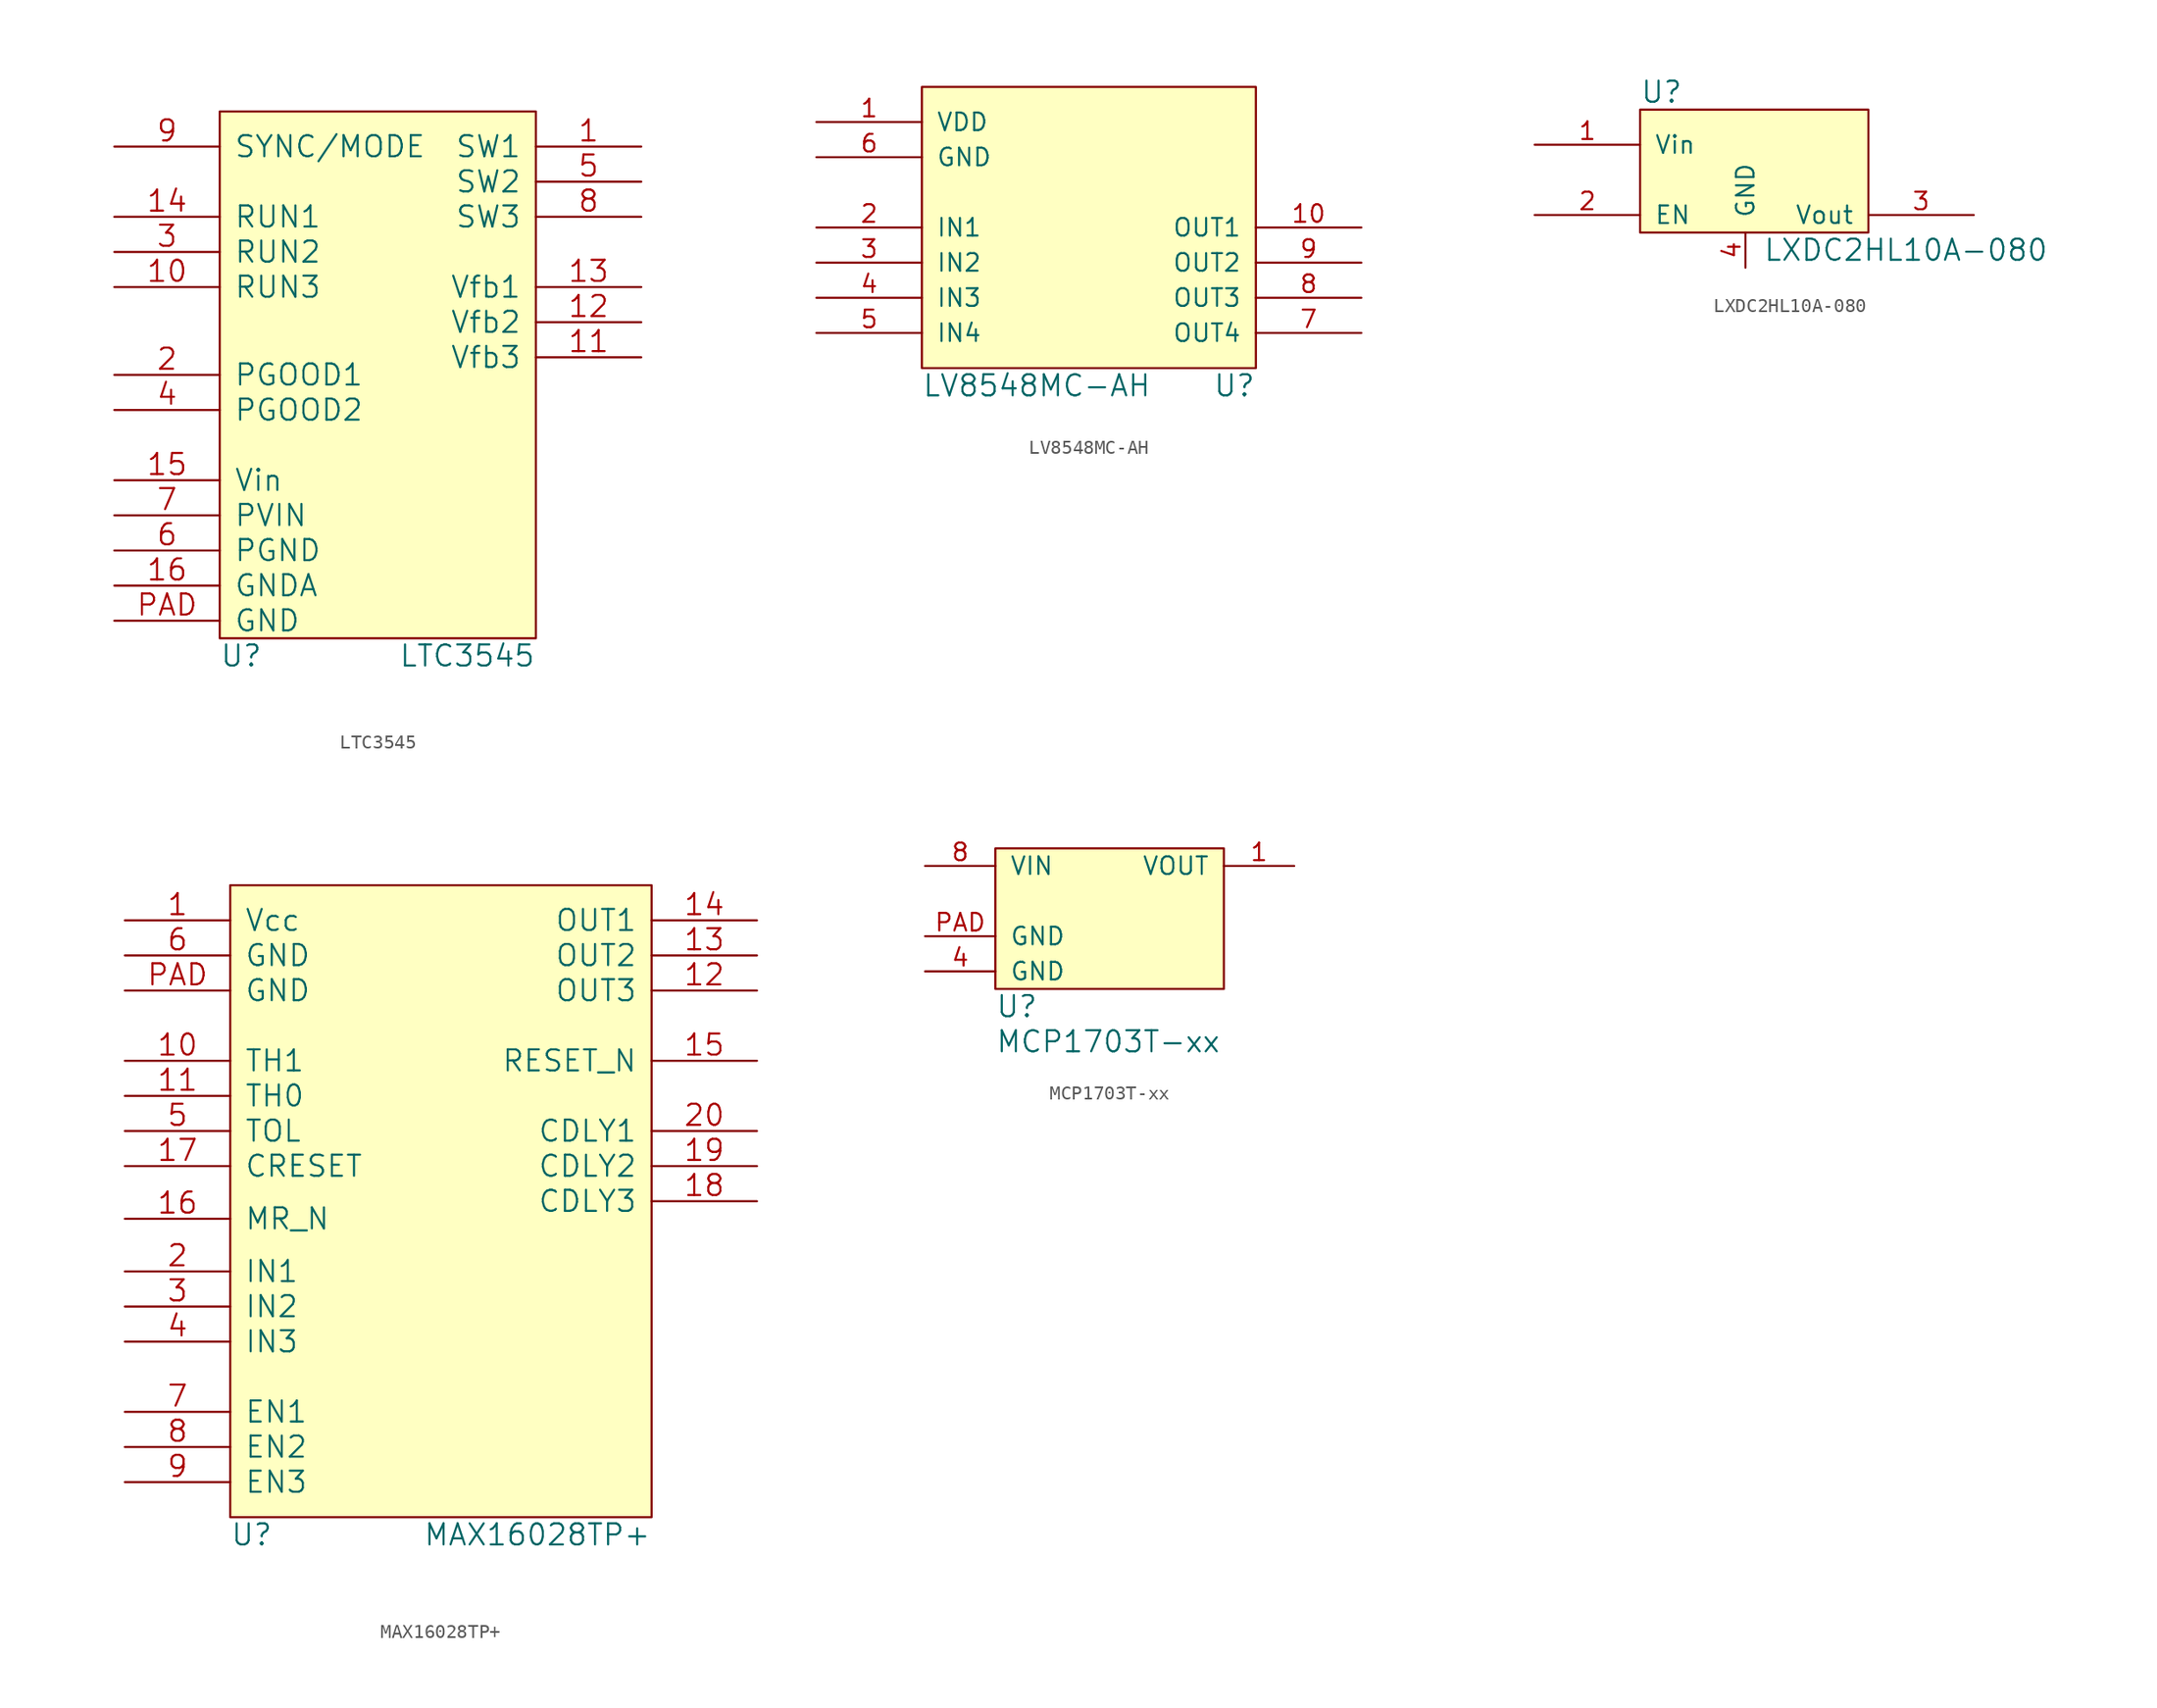
<source format=kicad_sym>
(kicad_symbol_lib
  (version 20231120)
  (generator "kicad_symbol_editor")
  (generator_version "8.0")
  (symbol "LTC3545"
    (pin_names
      (offset 1.016))
    (property "Reference" "U"
      (at -12.7 -2.54 0)
      (effects (font (size 1.524 1.524)) (justify left)))
    (property "Value" "LTC3545"
      (at 10.16 -2.54 0)
      (effects (font (size 1.524 1.524)) (justify right)))
    (property "Footprint" ""
      (at 0 0 0)
      (effects (font (size 1.524 1.524))))
    (property "Datasheet" ""
      (at 0 0 0)
      (effects (font (size 1.524 1.524))))
    (symbol "LTC3545_0_1"
      (rectangle (start -12.7 36.83) (end 10.16 -1.27) (stroke (width 0) (type default)) (fill (type background))))
    (symbol "LTC3545_1_1"
      (pin power_out line (at 17.78 34.29 180) (length 7.62) (name "SW1" (effects (font (size 1.524 1.524)))) (number "1" (effects (font (size 1.524 1.524)))))
      (pin input line (at -20.32 24.13 0) (length 7.62) (name "RUN3" (effects (font (size 1.524 1.524)))) (number "10" (effects (font (size 1.524 1.524)))))
      (pin input line (at 17.78 19.05 180) (length 7.62) (name "Vfb3" (effects (font (size 1.524 1.524)))) (number "11" (effects (font (size 1.524 1.524)))))
      (pin input line (at 17.78 21.59 180) (length 7.62) (name "Vfb2" (effects (font (size 1.524 1.524)))) (number "12" (effects (font (size 1.524 1.524)))))
      (pin input line (at 17.78 24.13 180) (length 7.62) (name "Vfb1" (effects (font (size 1.524 1.524)))) (number "13" (effects (font (size 1.524 1.524)))))
      (pin input line (at -20.32 29.21 0) (length 7.62) (name "RUN1" (effects (font (size 1.524 1.524)))) (number "14" (effects (font (size 1.524 1.524)))))
      (pin power_in line (at -20.32 10.16 0) (length 7.62) (name "Vin" (effects (font (size 1.524 1.524)))) (number "15" (effects (font (size 1.524 1.524)))))
      (pin power_in line (at -20.32 2.54 0) (length 7.62) (name "GNDA" (effects (font (size 1.524 1.524)))) (number "16" (effects (font (size 1.524 1.524)))))
      (pin open_collector line (at -20.32 17.78 0) (length 7.62) (name "PGOOD1" (effects (font (size 1.524 1.524)))) (number "2" (effects (font (size 1.524 1.524)))))
      (pin input line (at -20.32 26.67 0) (length 7.62) (name "RUN2" (effects (font (size 1.524 1.524)))) (number "3" (effects (font (size 1.524 1.524)))))
      (pin open_collector line (at -20.32 15.24 0) (length 7.62) (name "PGOOD2" (effects (font (size 1.524 1.524)))) (number "4" (effects (font (size 1.524 1.524)))))
      (pin power_out line (at 17.78 31.75 180) (length 7.62) (name "SW2" (effects (font (size 1.524 1.524)))) (number "5" (effects (font (size 1.524 1.524)))))
      (pin power_in line (at -20.32 5.08 0) (length 7.62) (name "PGND" (effects (font (size 1.524 1.524)))) (number "6" (effects (font (size 1.524 1.524)))))
      (pin power_in line (at -20.32 7.62 0) (length 7.62) (name "PVIN" (effects (font (size 1.524 1.524)))) (number "7" (effects (font (size 1.524 1.524)))))
      (pin power_out line (at 17.78 29.21 180) (length 7.62) (name "SW3" (effects (font (size 1.524 1.524)))) (number "8" (effects (font (size 1.524 1.524)))))
      (pin input line (at -20.32 34.29 0) (length 7.62) (name "SYNC/MODE" (effects (font (size 1.524 1.524)))) (number "9" (effects (font (size 1.524 1.524)))))
      (pin power_in line (at -20.32 0 0) (length 7.62) (name "GND" (effects (font (size 1.524 1.524)))) (number "PAD" (effects (font (size 1.524 1.524)))))))
  (symbol "LV8548MC-AH"
    (pin_names
      (offset 1.016))
    (property "Reference" "U"
      (at 11.43 -1.27 0)
      (effects (font (size 1.524 1.524)) (justify right)))
    (property "Value" "LV8548MC-AH"
      (at -12.7 -1.27 0)
      (effects (font (size 1.524 1.524)) (justify left)))
    (property "Footprint" ""
      (at 0 0 0)
      (effects (font (size 1.524 1.524))))
    (property "Datasheet" ""
      (at 0 0 0)
      (effects (font (size 1.524 1.524))))
    (symbol "LV8548MC-AH_0_1"
      (rectangle (start -12.7 20.32) (end 11.43 0) (stroke (width 0) (type default)) (fill (type background))))
    (symbol "LV8548MC-AH_1_1"
      (pin power_in line (at -20.32 17.78 0) (length 7.62) (name "VDD" (effects (font (size 1.27 1.27)))) (number "1" (effects (font (size 1.27 1.27)))))
      (pin output line (at 19.05 10.16 180) (length 7.62) (name "OUT1" (effects (font (size 1.27 1.27)))) (number "10" (effects (font (size 1.27 1.27)))))
      (pin input line (at -20.32 10.16 0) (length 7.62) (name "IN1" (effects (font (size 1.27 1.27)))) (number "2" (effects (font (size 1.27 1.27)))))
      (pin input line (at -20.32 7.62 0) (length 7.62) (name "IN2" (effects (font (size 1.27 1.27)))) (number "3" (effects (font (size 1.27 1.27)))))
      (pin input line (at -20.32 5.08 0) (length 7.62) (name "IN3" (effects (font (size 1.27 1.27)))) (number "4" (effects (font (size 1.27 1.27)))))
      (pin input line (at -20.32 2.54 0) (length 7.62) (name "IN4" (effects (font (size 1.27 1.27)))) (number "5" (effects (font (size 1.27 1.27)))))
      (pin power_in line (at -20.32 15.24 0) (length 7.62) (name "GND" (effects (font (size 1.27 1.27)))) (number "6" (effects (font (size 1.27 1.27)))))
      (pin output line (at 19.05 2.54 180) (length 7.62) (name "OUT4" (effects (font (size 1.27 1.27)))) (number "7" (effects (font (size 1.27 1.27)))))
      (pin output line (at 19.05 5.08 180) (length 7.62) (name "OUT3" (effects (font (size 1.27 1.27)))) (number "8" (effects (font (size 1.27 1.27)))))
      (pin output line (at 19.05 7.62 180) (length 7.62) (name "OUT2" (effects (font (size 1.27 1.27)))) (number "9" (effects (font (size 1.27 1.27)))))))
  (symbol "LXDC2HL10A-080"
    (pin_names
      (offset 1.016))
    (property "Reference" "U"
      (at -7.62 8.89 0)
      (effects (font (size 1.524 1.524)) (justify left)))
    (property "Value" "LXDC2HL10A-080"
      (at 1.27 -2.54 0)
      (effects (font (size 1.524 1.524)) (justify left)))
    (property "Footprint" ""
      (at 0 0 0)
      (effects (font (size 1.524 1.524))))
    (property "Datasheet" ""
      (at 0 0 0)
      (effects (font (size 1.524 1.524))))
    (symbol "LXDC2HL10A-080_0_1"
      (rectangle (start -7.62 7.62) (end 8.89 -1.27) (stroke (width 0) (type default)) (fill (type background))))
    (symbol "LXDC2HL10A-080_1_1"
      (pin power_in line (at -15.24 5.08 0) (length 7.62) (name "Vin" (effects (font (size 1.27 1.27)))) (number "1" (effects (font (size 1.27 1.27)))))
      (pin input line (at -15.24 0 0) (length 7.62) (name "EN" (effects (font (size 1.27 1.27)))) (number "2" (effects (font (size 1.27 1.27)))))
      (pin power_out line (at 16.51 0 180) (length 7.62) (name "Vout" (effects (font (size 1.27 1.27)))) (number "3" (effects (font (size 1.27 1.27)))))
      (pin power_in line (at 0 -3.81 90) (length 2.54) (name "GND" (effects (font (size 1.27 1.27)))) (number "4" (effects (font (size 1.27 1.27)))))))
  (symbol "MAX16028TP+"
    (pin_names
      (offset 1.016))
    (property "Reference" "U"
      (at -11.43 -1.27 0)
      (effects (font (size 1.524 1.524)) (justify left)))
    (property "Value" "MAX16028TP+"
      (at 19.05 -1.27 0)
      (effects (font (size 1.524 1.524)) (justify right)))
    (property "Footprint" ""
      (at 0 0 0)
      (effects (font (size 1.524 1.524))))
    (property "Datasheet" ""
      (at 0 0 0)
      (effects (font (size 1.524 1.524))))
    (symbol "MAX16028TP+_0_1"
      (rectangle (start -11.43 45.72) (end 19.05 0) (stroke (width 0) (type default)) (fill (type background))))
    (symbol "MAX16028TP+_1_1"
      (pin power_in line (at -19.05 43.18 0) (length 7.62) (name "Vcc" (effects (font (size 1.524 1.524)))) (number "1" (effects (font (size 1.524 1.524)))))
      (pin input line (at -19.05 33.02 0) (length 7.62) (name "TH1" (effects (font (size 1.524 1.524)))) (number "10" (effects (font (size 1.524 1.524)))))
      (pin input line (at -19.05 30.48 0) (length 7.62) (name "TH0" (effects (font (size 1.524 1.524)))) (number "11" (effects (font (size 1.524 1.524)))))
      (pin output line (at 26.67 38.1 180) (length 7.62) (name "OUT3" (effects (font (size 1.524 1.524)))) (number "12" (effects (font (size 1.524 1.524)))))
      (pin output line (at 26.67 40.64 180) (length 7.62) (name "OUT2" (effects (font (size 1.524 1.524)))) (number "13" (effects (font (size 1.524 1.524)))))
      (pin output line (at 26.67 43.18 180) (length 7.62) (name "OUT1" (effects (font (size 1.524 1.524)))) (number "14" (effects (font (size 1.524 1.524)))))
      (pin output line (at 26.67 33.02 180) (length 7.62) (name "RESET_N" (effects (font (size 1.524 1.524)))) (number "15" (effects (font (size 1.524 1.524)))))
      (pin output line (at -19.05 21.59 0) (length 7.62) (name "MR_N" (effects (font (size 1.524 1.524)))) (number "16" (effects (font (size 1.524 1.524)))))
      (pin passive line (at -19.05 25.4 0) (length 7.62) (name "CRESET" (effects (font (size 1.524 1.524)))) (number "17" (effects (font (size 1.524 1.524)))))
      (pin passive line (at 26.67 22.86 180) (length 7.62) (name "CDLY3" (effects (font (size 1.524 1.524)))) (number "18" (effects (font (size 1.524 1.524)))))
      (pin passive line (at 26.67 25.4 180) (length 7.62) (name "CDLY2" (effects (font (size 1.524 1.524)))) (number "19" (effects (font (size 1.524 1.524)))))
      (pin input line (at -19.05 17.78 0) (length 7.62) (name "IN1" (effects (font (size 1.524 1.524)))) (number "2" (effects (font (size 1.524 1.524)))))
      (pin passive line (at 26.67 27.94 180) (length 7.62) (name "CDLY1" (effects (font (size 1.524 1.524)))) (number "20" (effects (font (size 1.524 1.524)))))
      (pin input line (at -19.05 15.24 0) (length 7.62) (name "IN2" (effects (font (size 1.524 1.524)))) (number "3" (effects (font (size 1.524 1.524)))))
      (pin input line (at -19.05 12.7 0) (length 7.62) (name "IN3" (effects (font (size 1.524 1.524)))) (number "4" (effects (font (size 1.524 1.524)))))
      (pin input line (at -19.05 27.94 0) (length 7.62) (name "TOL" (effects (font (size 1.524 1.524)))) (number "5" (effects (font (size 1.524 1.524)))))
      (pin power_in line (at -19.05 40.64 0) (length 7.62) (name "GND" (effects (font (size 1.524 1.524)))) (number "6" (effects (font (size 1.524 1.524)))))
      (pin input line (at -19.05 7.62 0) (length 7.62) (name "EN1" (effects (font (size 1.524 1.524)))) (number "7" (effects (font (size 1.524 1.524)))))
      (pin input line (at -19.05 5.08 0) (length 7.62) (name "EN2" (effects (font (size 1.524 1.524)))) (number "8" (effects (font (size 1.524 1.524)))))
      (pin input line (at -19.05 2.54 0) (length 7.62) (name "EN3" (effects (font (size 1.524 1.524)))) (number "9" (effects (font (size 1.524 1.524)))))
      (pin power_in line (at -19.05 38.1 0) (length 7.62) (name "GND" (effects (font (size 1.524 1.524)))) (number "PAD" (effects (font (size 1.524 1.524)))))))
  (symbol "MCP1703T-xx"
    (pin_names
      (offset 1.016))
    (property "Reference" "U"
      (at 0 -1.27 0)
      (effects (font (size 1.524 1.524)) (justify left)))
    (property "Value" "MCP1703T-xx"
      (at 0 -3.81 0)
      (effects (font (size 1.524 1.524)) (justify left)))
    (property "Footprint" ""
      (at 0 0 0)
      (effects (font (size 1.524 1.524))))
    (property "Datasheet" ""
      (at 0 0 0)
      (effects (font (size 1.524 1.524))))
    (symbol "MCP1703T-xx_0_1"
      (rectangle (start 0 10.16) (end 16.51 0) (stroke (width 0) (type default)) (fill (type background))))
    (symbol "MCP1703T-xx_1_1"
      (pin power_out line (at 21.59 8.89 180) (length 5.08) (name "VOUT" (effects (font (size 1.27 1.27)))) (number "1" (effects (font (size 1.27 1.27)))))
      (pin power_in line (at -5.08 1.27 0) (length 5.08) (name "GND" (effects (font (size 1.27 1.27)))) (number "4" (effects (font (size 1.27 1.27)))))
      (pin power_in line (at -5.08 8.89 0) (length 5.08) (name "VIN" (effects (font (size 1.27 1.27)))) (number "8" (effects (font (size 1.27 1.27)))))
      (pin power_in line (at -5.08 3.81 0) (length 5.08) (name "GND" (effects (font (size 1.27 1.27)))) (number "PAD" (effects (font (size 1.27 1.27))))))))
</source>
